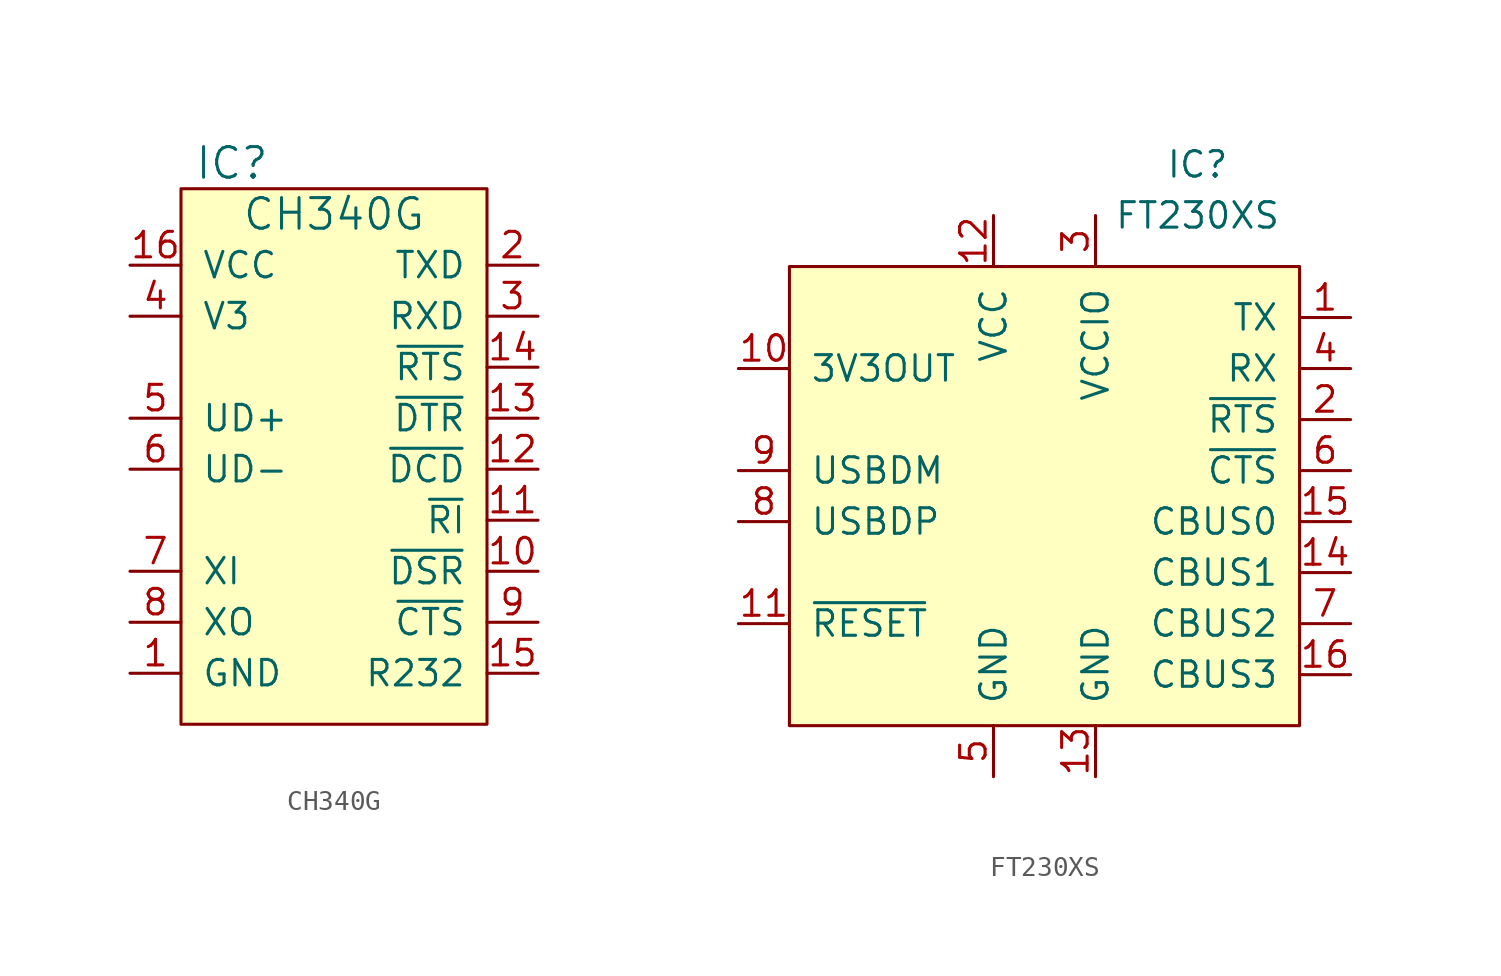
<source format=kicad_sym>
(kicad_symbol_lib
  (version 20220914)
  (generator kicad_symbol_editor)
  (symbol "CH340G"
    (pin_names
      (offset 1.016))
    (property "Reference" "IC"
      (at -5.08 15.24 0)
      (effects (font (size 1.524 1.524))))
    (property "Value" "CH340G"
      (at 0 12.7 0)
      (effects (font (size 1.524 1.524))))
    (property "Footprint" ""
      (at 0 0 0)
      (effects (font (size 1.524 1.524))))
    (property "Datasheet" ""
      (at 0 0 0)
      (effects (font (size 1.524 1.524))))
    (symbol "CH340G_0_1"
      (rectangle (start -7.62 13.97) (end 7.62 -12.7) (stroke (width 0) (type solid)) (fill (type background))))
    (symbol "CH340G_1_1"
      (pin input line (at -10.16 -10.16 0) (length 2.54) (name "GND" (effects (font (size 1.27 1.27)))) (number "1" (effects (font (size 1.27 1.27)))))
      (pin input line (at 10.16 -5.08 180) (length 2.54) (name "~{DSR}" (effects (font (size 1.27 1.27)))) (number "10" (effects (font (size 1.27 1.27)))))
      (pin input line (at 10.16 -2.54 180) (length 2.54) (name "~{RI}" (effects (font (size 1.27 1.27)))) (number "11" (effects (font (size 1.27 1.27)))))
      (pin input line (at 10.16 0 180) (length 2.54) (name "~{DCD}" (effects (font (size 1.27 1.27)))) (number "12" (effects (font (size 1.27 1.27)))))
      (pin input line (at 10.16 2.54 180) (length 2.54) (name "~{DTR}" (effects (font (size 1.27 1.27)))) (number "13" (effects (font (size 1.27 1.27)))))
      (pin input line (at 10.16 5.08 180) (length 2.54) (name "~{RTS}" (effects (font (size 1.27 1.27)))) (number "14" (effects (font (size 1.27 1.27)))))
      (pin input line (at 10.16 -10.16 180) (length 2.54) (name "R232" (effects (font (size 1.27 1.27)))) (number "15" (effects (font (size 1.27 1.27)))))
      (pin input line (at -10.16 10.16 0) (length 2.54) (name "VCC" (effects (font (size 1.27 1.27)))) (number "16" (effects (font (size 1.27 1.27)))))
      (pin input line (at 10.16 10.16 180) (length 2.54) (name "TXD" (effects (font (size 1.27 1.27)))) (number "2" (effects (font (size 1.27 1.27)))))
      (pin input line (at 10.16 7.62 180) (length 2.54) (name "RXD" (effects (font (size 1.27 1.27)))) (number "3" (effects (font (size 1.27 1.27)))))
      (pin input line (at -10.16 7.62 0) (length 2.54) (name "V3" (effects (font (size 1.27 1.27)))) (number "4" (effects (font (size 1.27 1.27)))))
      (pin input line (at -10.16 2.54 0) (length 2.54) (name "UD+" (effects (font (size 1.27 1.27)))) (number "5" (effects (font (size 1.27 1.27)))))
      (pin input line (at -10.16 0 0) (length 2.54) (name "UD-" (effects (font (size 1.27 1.27)))) (number "6" (effects (font (size 1.27 1.27)))))
      (pin input line (at -10.16 -5.08 0) (length 2.54) (name "XI" (effects (font (size 1.27 1.27)))) (number "7" (effects (font (size 1.27 1.27)))))
      (pin input line (at -10.16 -7.62 0) (length 2.54) (name "XO" (effects (font (size 1.27 1.27)))) (number "8" (effects (font (size 1.27 1.27)))))
      (pin input line (at 10.16 -7.62 180) (length 2.54) (name "~{CTS}" (effects (font (size 1.27 1.27)))) (number "9" (effects (font (size 1.27 1.27)))))))
  (symbol "FT230XS"
    (pin_names
      (offset 1.016))
    (property "Reference" "IC"
      (at 7.62 15.24 0)
      (effects (font (size 1.27 1.27))))
    (property "Value" "FT230XS"
      (at 7.62 12.7 0)
      (effects (font (size 1.27 1.27))))
    (symbol "FT230XS_0_1"
      (rectangle (start -12.7 10.16) (end 12.7 -12.7) (stroke (width 0) (type solid)) (fill (type background))))
    (symbol "FT230XS_1_1"
      (pin bidirectional line (at 15.24 7.62 180) (length 2.54) (name "TX" (effects (font (size 1.27 1.27)))) (number "1" (effects (font (size 1.27 1.27)))))
      (pin power_out line (at -15.24 5.08 0) (length 2.54) (name "3V3OUT" (effects (font (size 1.27 1.27)))) (number "10" (effects (font (size 1.27 1.27)))))
      (pin bidirectional line (at -15.24 -7.62 0) (length 2.54) (name "~{RESET}" (effects (font (size 1.27 1.27)))) (number "11" (effects (font (size 1.27 1.27)))))
      (pin bidirectional line (at -2.54 12.7 270) (length 2.54) (name "VCC" (effects (font (size 1.27 1.27)))) (number "12" (effects (font (size 1.27 1.27)))))
      (pin power_out line (at 2.54 -15.24 90) (length 2.54) (name "GND" (effects (font (size 1.27 1.27)))) (number "13" (effects (font (size 1.27 1.27)))))
      (pin bidirectional line (at 15.24 -5.08 180) (length 2.54) (name "CBUS1" (effects (font (size 1.27 1.27)))) (number "14" (effects (font (size 1.27 1.27)))))
      (pin bidirectional line (at 15.24 -2.54 180) (length 2.54) (name "CBUS0" (effects (font (size 1.27 1.27)))) (number "15" (effects (font (size 1.27 1.27)))))
      (pin bidirectional line (at 15.24 -10.16 180) (length 2.54) (name "CBUS3" (effects (font (size 1.27 1.27)))) (number "16" (effects (font (size 1.27 1.27)))))
      (pin bidirectional line (at 15.24 2.54 180) (length 2.54) (name "~{RTS}" (effects (font (size 1.27 1.27)))) (number "2" (effects (font (size 1.27 1.27)))))
      (pin bidirectional line (at 2.54 12.7 270) (length 2.54) (name "VCCIO" (effects (font (size 1.27 1.27)))) (number "3" (effects (font (size 1.27 1.27)))))
      (pin bidirectional line (at 15.24 5.08 180) (length 2.54) (name "RX" (effects (font (size 1.27 1.27)))) (number "4" (effects (font (size 1.27 1.27)))))
      (pin power_out line (at -2.54 -15.24 90) (length 2.54) (name "GND" (effects (font (size 1.27 1.27)))) (number "5" (effects (font (size 1.27 1.27)))))
      (pin bidirectional line (at 15.24 0 180) (length 2.54) (name "~{CTS}" (effects (font (size 1.27 1.27)))) (number "6" (effects (font (size 1.27 1.27)))))
      (pin bidirectional line (at 15.24 -7.62 180) (length 2.54) (name "CBUS2" (effects (font (size 1.27 1.27)))) (number "7" (effects (font (size 1.27 1.27)))))
      (pin bidirectional line (at -15.24 -2.54 0) (length 2.54) (name "USBDP" (effects (font (size 1.27 1.27)))) (number "8" (effects (font (size 1.27 1.27)))))
      (pin bidirectional line (at -15.24 0 0) (length 2.54) (name "USBDM" (effects (font (size 1.27 1.27)))) (number "9" (effects (font (size 1.27 1.27))))))))
</source>
